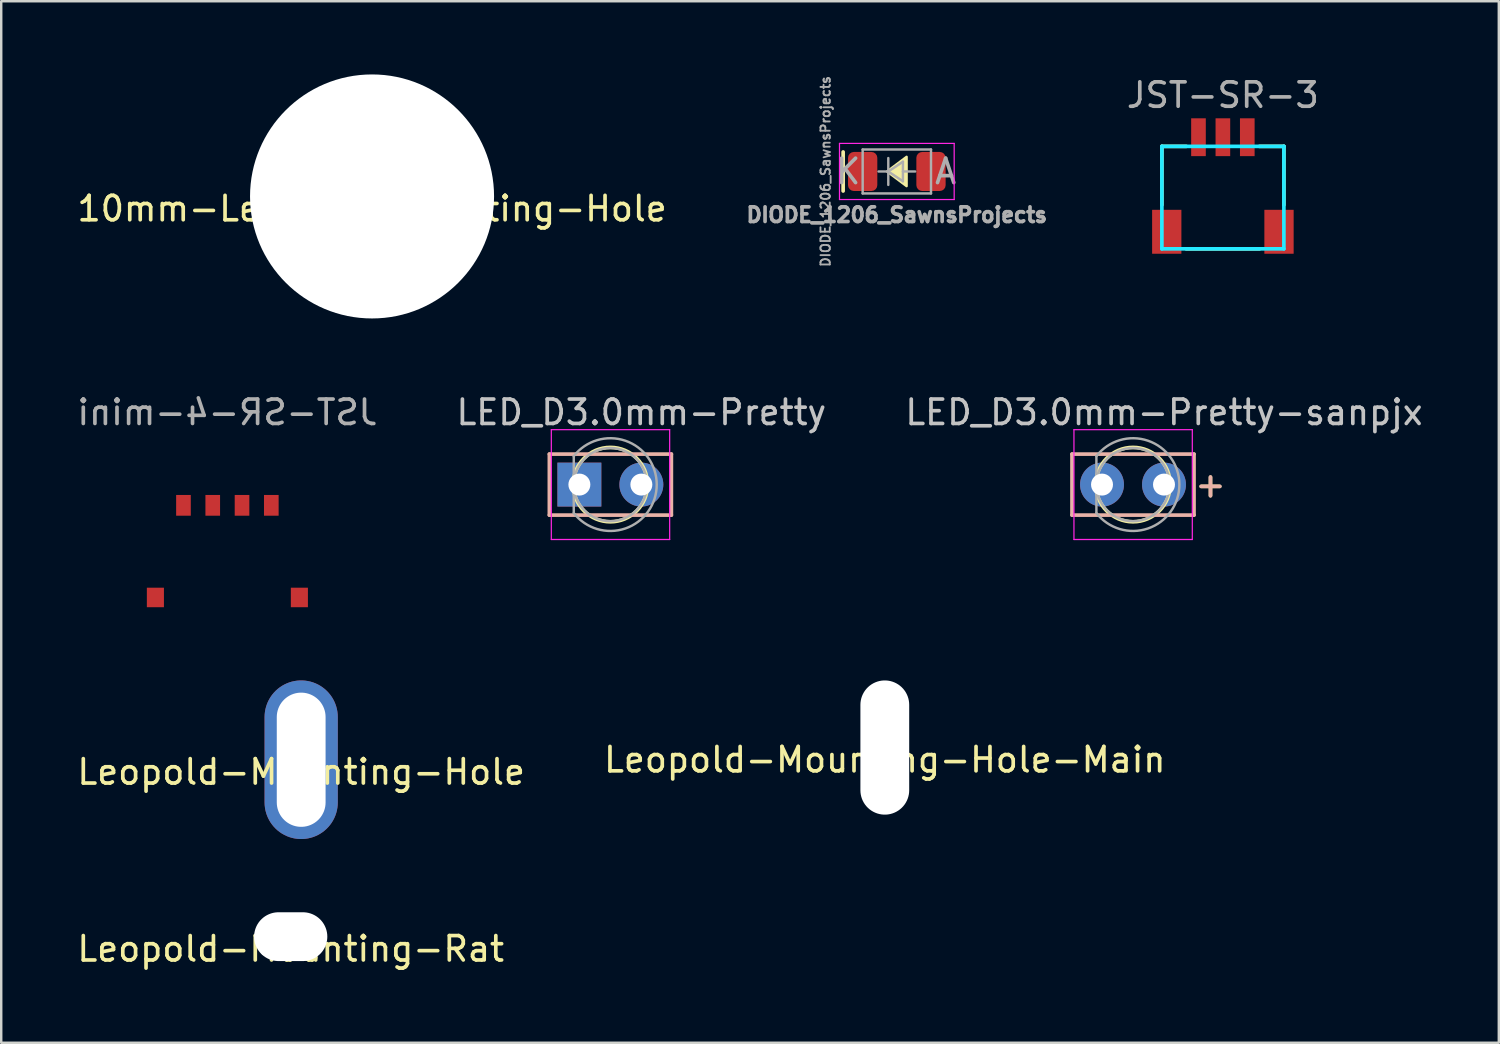
<source format=kicad_pcb>
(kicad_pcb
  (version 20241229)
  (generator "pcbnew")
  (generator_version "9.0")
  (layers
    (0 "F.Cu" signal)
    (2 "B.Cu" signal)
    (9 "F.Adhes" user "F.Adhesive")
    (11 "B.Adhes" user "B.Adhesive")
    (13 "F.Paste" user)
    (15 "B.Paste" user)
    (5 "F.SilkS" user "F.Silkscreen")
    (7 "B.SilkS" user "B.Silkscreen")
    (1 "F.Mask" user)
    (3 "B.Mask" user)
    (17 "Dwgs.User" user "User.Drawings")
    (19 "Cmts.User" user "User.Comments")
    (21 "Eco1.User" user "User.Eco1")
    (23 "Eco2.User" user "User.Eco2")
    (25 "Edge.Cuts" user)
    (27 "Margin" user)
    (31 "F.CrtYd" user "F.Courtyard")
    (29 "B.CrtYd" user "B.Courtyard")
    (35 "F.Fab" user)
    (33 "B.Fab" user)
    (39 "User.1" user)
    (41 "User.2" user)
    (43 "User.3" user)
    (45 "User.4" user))
  (footprint "DIODE_1206_SawnsProjects"
    (layer "F.Cu")
    (at 33.701 3.977)
    (property "Reference" "DIODE_1206_SawnsProjects" (at -0.00012 1.779 180) (layer "F.Fab") (effects (font (size 0.6 0.6) (thickness 0.15))))
    (attr smd)
    (fp_line (start -2.2 0.8) (end -2.2 -0.8) (stroke (width 0.15) (type solid)) (layer "F.SilkS"))
    (fp_poly (pts (xy -0.4 0) (xy 0.4 -0.6) (xy 0.4 0.6)) (stroke (width 0.1) (type solid)) (fill yes) (layer "F.SilkS"))
    (fp_line (start -2.35 -1.15) (end -2.35 1.15) (stroke (width 0.05) (type solid)) (layer "F.CrtYd"))
    (fp_line (start -2.35 -1.15) (end 2.35 -1.15) (stroke (width 0.05) (type solid)) (layer "F.CrtYd"))
    (fp_line (start 2.35 -1.15) (end 2.35 1.15) (stroke (width 0.05) (type solid)) (layer "F.CrtYd"))
    (fp_line (start 2.35 1.15) (end -2.35 1.15) (stroke (width 0.05) (type solid)) (layer "F.CrtYd"))
    (fp_line (start -1.4 -0.9) (end 1.4 -0.9) (stroke (width 0.1) (type solid)) (layer "F.Fab"))
    (fp_line (start -1.4 0.9) (end -1.4 -0.9) (stroke (width 0.1) (type solid)) (layer "F.Fab"))
    (fp_line (start -0.75 0) (end -0.35 0) (stroke (width 0.1) (type solid)) (layer "F.Fab"))
    (fp_line (start -0.35 0) (end -0.35 -0.55) (stroke (width 0.1) (type solid)) (layer "F.Fab"))
    (fp_line (start -0.35 0) (end -0.35 0.55) (stroke (width 0.1) (type solid)) (layer "F.Fab"))
    (fp_line (start -0.35 0) (end 0.25 -0.4) (stroke (width 0.1) (type solid)) (layer "F.Fab"))
    (fp_line (start 0.25 -0.4) (end 0.25 0.4) (stroke (width 0.1) (type solid)) (layer "F.Fab"))
    (fp_line (start 0.25 0) (end 0.75 0) (stroke (width 0.1) (type solid)) (layer "F.Fab"))
    (fp_line (start 0.25 0.4) (end -0.35 0) (stroke (width 0.1) (type solid)) (layer "F.Fab"))
    (fp_line (start 1.4 -0.9) (end 1.4 0.9) (stroke (width 0.1) (type solid)) (layer "F.Fab"))
    (fp_line (start 1.4 0.9) (end -1.4 0.9) (stroke (width 0.1) (type solid)) (layer "F.Fab"))
    (fp_text user "${REFERENCE}" (at -2.921 0 270) (layer "F.Fab") (effects (font (size 0.381 0.381) (thickness 0.076))))
    (fp_text user "A" (at 2 0 0) (layer "F.Fab") (effects (font (size 1 1) (thickness 0.15))))
    (fp_text user "K" (at -2 0 0) (layer "F.Fab") (effects (font (size 1 1) (thickness 0.15))))
    (pad "1" smd roundrect (at -1.4 0) (size 1.2 1.6) (layers "F.Cu" "F.Mask" "F.Paste") (roundrect_rratio 0.2))
    (pad "2" smd roundrect (at 1.4 0) (size 1.2 1.6) (layers "F.Cu" "F.Mask" "F.Paste") (roundrect_rratio 0.2)))
  (footprint "10mm-Leopold-Mounting-Hole"
    (layer "F.Cu")
    (at 12.196 5)
    (property "Reference" "10mm-Leopold-Mounting-Hole" (at 0 0.5 0) (layer "F.SilkS") (effects (font (size 1 1) (thickness 0.15))))
    (attr through_hole)
    (pad "" np_thru_hole circle (at 0 0) (size 10 10) (drill 10) (layers "*.Cu" "*.Mask")))
  (footprint "Leopold-Mounting-Hole"
    (layer "F.Cu")
    (at 9.292 28.083)
    (property "Reference" "Leopold-Mounting-Hole" (at 0 0.5 0) (layer "F.SilkS") (effects (font (size 1 1) (thickness 0.15))))
    (attr through_hole)
    (pad "1" thru_hole oval (at 0 0) (size 3 6.5) (drill oval 2 5.5) (layers "*.Cu" "*.Mask")))
  (footprint "JST-SR-3"
    (layer "F.Cu")
    (at 47.062 7.348)
    (property "Reference" "JST-SR-3" (at 0 -6.5 0) (layer "F.Fab") (effects (font (size 1 1) (thickness 0.15))))
    (attr through_hole)
    (fp_line (start -2.5 -4.4) (end -1.5 -4.4) (stroke (width 0.15) (type solid)) (layer "F.SilkS"))
    (fp_line (start -2.5 -2) (end -2.5 -4.4) (stroke (width 0.15) (type solid)) (layer "F.SilkS"))
    (fp_line (start 1.5 -4.4) (end 2.5 -4.4) (stroke (width 0.15) (type solid)) (layer "F.SilkS"))
    (fp_line (start 1.5 -0.2) (end -1.5 -0.2) (stroke (width 0.15) (type solid)) (layer "F.SilkS"))
    (fp_line (start 2.5 -4.4) (end 2.5 -2) (stroke (width 0.15) (type solid)) (layer "F.SilkS"))
    (fp_line (start -2.5 -4.4) (end 2.5 -4.4) (stroke (width 0.15) (type solid)) (layer "B.CrtYd"))
    (fp_line (start -2.5 -0.2) (end -2.5 -4.4) (stroke (width 0.15) (type solid)) (layer "B.CrtYd"))
    (fp_line (start 2.5 -4.4) (end 2.5 -0.2) (stroke (width 0.15) (type solid)) (layer "B.CrtYd"))
    (fp_line (start 2.5 -0.2) (end -2.5 -0.2) (stroke (width 0.15) (type solid)) (layer "B.CrtYd"))
    (pad "" smd rect (at -2.3 -0.9) (size 1.2 1.8) (layers "F.Cu" "F.Mask" "F.Paste"))
    (pad "" smd rect (at 2.3 -0.9) (size 1.2 1.8) (layers "F.Cu" "F.Mask" "F.Paste"))
    (pad "1" smd rect (at -1 -4.775) (size 0.6 1.55) (layers "F.Cu" "F.Mask" "F.Paste"))
    (pad "2" smd rect (at 0 -4.775) (size 0.6 1.55) (layers "F.Cu" "F.Mask" "F.Paste"))
    (pad "3" smd rect (at 1 -4.775) (size 0.6 1.55) (layers "F.Cu" "F.Mask" "F.Paste")))
  (footprint "LED_D3.0mm-Pretty"
    (layer "F.Cu")
    (at 21.962 16.808)
    (property "Reference" "LED_D3.0mm-Pretty" (at 1.27 -2.96 0) (layer "Dwgs.User") (effects (font (size 1 1) (thickness 0.15))))
    (attr through_hole)
    (fp_circle (center 0 0) (end 0 -1.524) (stroke (width 0.15) (type solid)) (fill no) (layer "F.SilkS"))
    (fp_line (start -2.5 -1.25) (end 2.5 -1.25) (stroke (width 0.15) (type solid)) (layer "B.SilkS"))
    (fp_line (start -2.5 1.25) (end -2.5 -1.25) (stroke (width 0.15) (type solid)) (layer "B.SilkS"))
    (fp_line (start 2.5 -1.25) (end 2.5 1.25) (stroke (width 0.15) (type solid)) (layer "B.SilkS"))
    (fp_line (start 2.5 1.25) (end -2.5 1.25) (stroke (width 0.15) (type solid)) (layer "B.SilkS"))
    (fp_line (start -2.42 -2.25) (end -2.42 2.25) (stroke (width 0.05) (type solid)) (layer "F.CrtYd"))
    (fp_line (start -2.42 2.25) (end 2.43 2.25) (stroke (width 0.05) (type solid)) (layer "F.CrtYd"))
    (fp_line (start 2.43 -2.25) (end -2.42 -2.25) (stroke (width 0.05) (type solid)) (layer "F.CrtYd"))
    (fp_line (start 2.43 2.25) (end 2.43 -2.25) (stroke (width 0.05) (type solid)) (layer "F.CrtYd"))
    (fp_line (start -1.5 -1.166) (end -1.5 1.166) (stroke (width 0.1) (type solid)) (layer "F.Fab"))
    (fp_arc (start -1.5 -1.16619) (mid 1.9 0.000452) (end -1.500555 1.165476) (stroke (width 0.1) (type solid)) (layer "F.Fab"))
    (fp_circle (center 0 0) (end 1.5 0) (stroke (width 0.1) (type solid)) (fill no) (layer "F.Fab"))
    (pad "1" thru_hole rect (at -1.27 0) (size 1.8 1.8) (drill 0.9) (layers "*.Cu" "B.Mask"))
    (pad "2" thru_hole circle (at 1.27 0) (size 1.8 1.8) (drill 0.9) (layers "*.Cu" "B.Mask")))
  (footprint "JST-SR-4-mini"
    (layer "F.Cu")
    (at 6.268 17.658)
    (property "Reference" "JST-SR-4-mini" (at 0 -3.81 180) (layer "F.Fab") (effects (font (size 1 1) (thickness 0.15)) (justify mirror)))
    (attr smd)
    (pad "" smd rect (at -2.95 3.775) (size 0.7 0.8) (layers "F.Cu" "F.Mask" "F.Paste"))
    (pad "" smd rect (at 2.95 3.775) (size 0.7 0.8) (layers "F.Cu" "F.Mask" "F.Paste"))
    (pad "1" smd rect (at -1.8 0) (size 0.6 0.85) (layers "F.Cu" "F.Mask" "F.Paste"))
    (pad "2" smd rect (at -0.6 0) (size 0.6 0.85) (layers "F.Cu" "F.Mask" "F.Paste"))
    (pad "3" smd rect (at 0.6 0) (size 0.6 0.85) (layers "F.Cu" "F.Mask" "F.Paste"))
    (pad "4" smd rect (at 1.8 0) (size 0.6 0.85) (layers "F.Cu" "F.Mask" "F.Paste")))
  (footprint "Leopold-Mounting-Hole-Main"
    (layer "F.Cu")
    (at 33.208 27.583)
    (property "Reference" "Leopold-Mounting-Hole-Main" (at 0 0.5 0) (layer "F.SilkS") (effects (font (size 1 1) (thickness 0.15))))
    (attr through_hole)
    (pad "" np_thru_hole oval (at 0 0) (size 2 5.5) (drill oval 2 5.5) (layers "*.Cu" "*.Mask")))
  (footprint "LED_D3.0mm-Pretty-sanpjx"
    (layer "F.Cu")
    (at 43.379 16.808)
    (property "Reference" "LED_D3.0mm-Pretty-sanpjx" (at 1.27 -2.96 0) (layer "Dwgs.User") (effects (font (size 1 1) (thickness 0.15))))
    (attr through_hole)
    (fp_circle (center 0 0) (end 0 -1.524) (stroke (width 0.15) (type solid)) (fill no) (layer "F.SilkS"))
    (fp_line (start -2.5 -1.25) (end 2.5 -1.25) (stroke (width 0.15) (type solid)) (layer "B.SilkS"))
    (fp_line (start -2.5 1.25) (end -2.5 -1.25) (stroke (width 0.15) (type solid)) (layer "B.SilkS"))
    (fp_line (start 2.5 -1.25) (end 2.5 1.25) (stroke (width 0.15) (type solid)) (layer "B.SilkS"))
    (fp_line (start 2.5 1.25) (end -2.5 1.25) (stroke (width 0.15) (type solid)) (layer "B.SilkS"))
    (fp_line (start -2.42 -2.25) (end -2.42 2.25) (stroke (width 0.05) (type solid)) (layer "F.CrtYd"))
    (fp_line (start -2.42 2.25) (end 2.43 2.25) (stroke (width 0.05) (type solid)) (layer "F.CrtYd"))
    (fp_line (start 2.43 -2.25) (end -2.42 -2.25) (stroke (width 0.05) (type solid)) (layer "F.CrtYd"))
    (fp_line (start 2.43 2.25) (end 2.43 -2.25) (stroke (width 0.05) (type solid)) (layer "F.CrtYd"))
    (fp_line (start -1.5 -1.166) (end -1.5 1.166) (stroke (width 0.1) (type solid)) (layer "F.Fab"))
    (fp_arc (start -1.5 -1.16619) (mid 1.9 0.000452) (end -1.500555 1.165476) (stroke (width 0.1) (type solid)) (layer "F.Fab"))
    (fp_circle (center 0 0) (end 1.5 0) (stroke (width 0.1) (type solid)) (fill no) (layer "F.Fab"))
    (fp_text user "+" (at 3.175 0 0) (layer "F.SilkS") (effects (font (size 1 1) (thickness 0.15))))
    (fp_text user "+" (at 3.175 0 0) (layer "B.SilkS") (effects (font (size 1 1) (thickness 0.15))))
    (pad "1" thru_hole circle (at -1.27 0) (size 1.8 1.8) (drill 0.9) (layers "*.Cu" "B.Mask"))
    (pad "2" thru_hole circle (at 1.27 0) (size 1.8 1.8) (drill 0.9) (layers "*.Cu" "B.Mask")))
  (footprint "Leopold-Mounting-Rat"
    (layer "F.Cu")
    (at 8.863 35.333)
    (property "Reference" "Leopold-Mounting-Rat" (at 0 0.5 0) (layer "F.SilkS") (effects (font (size 1 1) (thickness 0.15))))
    (attr through_hole)
    (pad "" np_thru_hole oval (at 0 0) (size 3 2) (drill oval 3 2) (layers "*.Cu" "*.Mask")))
  (gr_rect
    (start -3 -3)
    (end 58.369 39.681)
    (stroke (width 0.1) (type default))
    (fill no)
    (layer "Edge.Cuts")))
</source>
